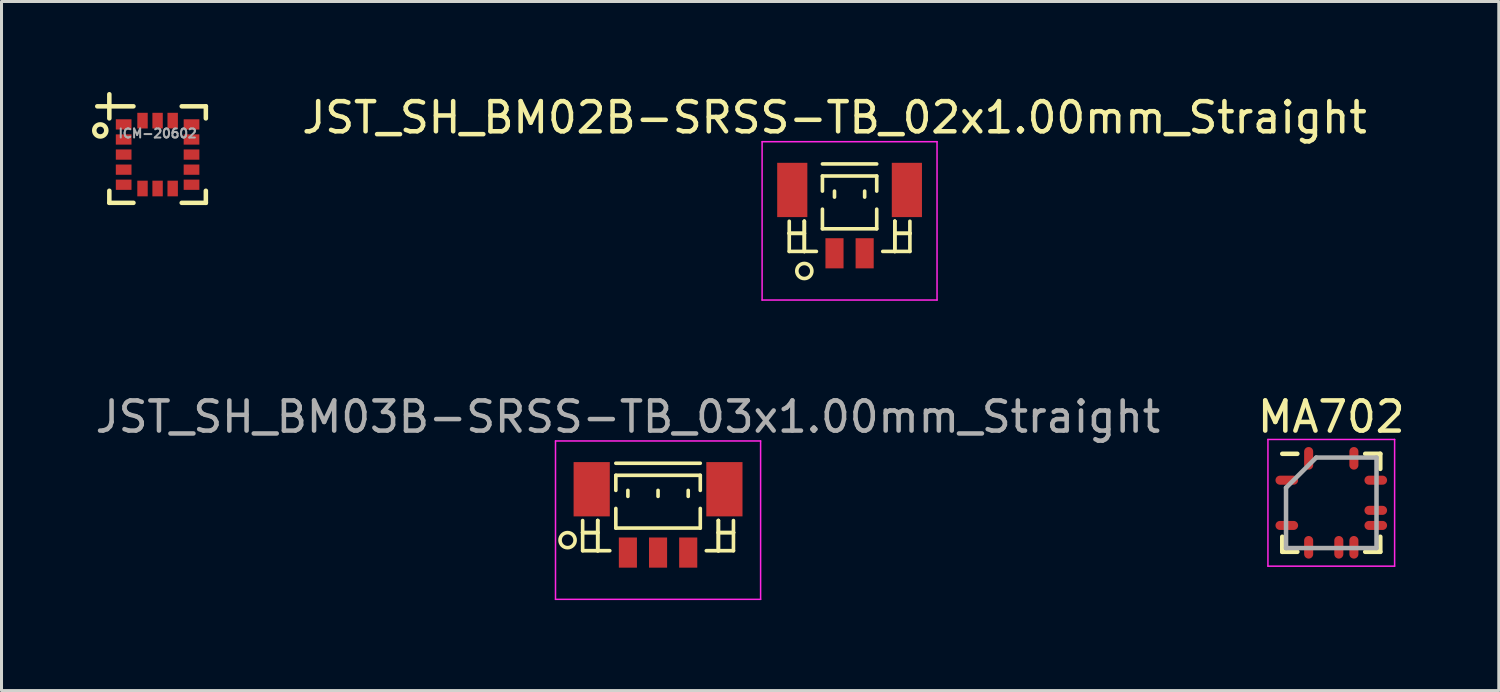
<source format=kicad_pcb>
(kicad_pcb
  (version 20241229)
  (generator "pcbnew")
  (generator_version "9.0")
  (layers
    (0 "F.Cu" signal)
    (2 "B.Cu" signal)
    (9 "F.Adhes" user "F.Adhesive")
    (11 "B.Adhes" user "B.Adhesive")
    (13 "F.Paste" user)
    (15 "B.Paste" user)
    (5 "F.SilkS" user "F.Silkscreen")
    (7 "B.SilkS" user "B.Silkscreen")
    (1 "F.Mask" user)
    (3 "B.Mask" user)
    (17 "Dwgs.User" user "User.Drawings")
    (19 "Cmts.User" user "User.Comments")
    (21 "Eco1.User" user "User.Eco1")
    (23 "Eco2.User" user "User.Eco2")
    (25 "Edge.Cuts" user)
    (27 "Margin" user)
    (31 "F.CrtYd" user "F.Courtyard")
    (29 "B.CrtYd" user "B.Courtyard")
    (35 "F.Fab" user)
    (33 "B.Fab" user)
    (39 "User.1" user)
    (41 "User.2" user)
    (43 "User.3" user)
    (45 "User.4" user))
  (footprint "MA702"
    (layer "F.Cu")
    (at 41.089 13.621)
    (property "Reference" "MA702" (at 0 -2.85 0) (layer "F.SilkS") (effects (font (size 1 1) (thickness 0.15))))
    (attr smd)
    (fp_line (start -1.625 -1.625) (end -1.125 -1.625) (stroke (width 0.15) (type solid)) (layer "F.SilkS"))
    (fp_line (start -1.625 1.625) (end -1.625 1.125) (stroke (width 0.15) (type solid)) (layer "F.SilkS"))
    (fp_line (start -1.625 1.625) (end -1.125 1.625) (stroke (width 0.15) (type solid)) (layer "F.SilkS"))
    (fp_line (start 1.625 -1.625) (end 1.125 -1.625) (stroke (width 0.15) (type solid)) (layer "F.SilkS"))
    (fp_line (start 1.625 -1.625) (end 1.625 -1.125) (stroke (width 0.15) (type solid)) (layer "F.SilkS"))
    (fp_line (start 1.625 1.625) (end 1.125 1.625) (stroke (width 0.15) (type solid)) (layer "F.SilkS"))
    (fp_line (start 1.625 1.625) (end 1.625 1.125) (stroke (width 0.15) (type solid)) (layer "F.SilkS"))
    (fp_line (start -2.1 -2.1) (end -2.1 2.1) (stroke (width 0.05) (type solid)) (layer "F.CrtYd"))
    (fp_line (start -2.1 -2.1) (end 2.1 -2.1) (stroke (width 0.05) (type solid)) (layer "F.CrtYd"))
    (fp_line (start -2.1 2.1) (end 2.1 2.1) (stroke (width 0.05) (type solid)) (layer "F.CrtYd"))
    (fp_line (start 2.1 -2.1) (end 2.1 2.1) (stroke (width 0.05) (type solid)) (layer "F.CrtYd"))
    (fp_line (start -1.5 -0.5) (end -0.5 -1.5) (stroke (width 0.15) (type solid)) (layer "F.Fab"))
    (fp_line (start -1.5 1.5) (end -1.5 -0.5) (stroke (width 0.15) (type solid)) (layer "F.Fab"))
    (fp_line (start -0.5 -1.5) (end 1.5 -1.5) (stroke (width 0.15) (type solid)) (layer "F.Fab"))
    (fp_line (start 1.5 -1.5) (end 1.5 1.5) (stroke (width 0.15) (type solid)) (layer "F.Fab"))
    (fp_line (start 1.5 1.5) (end -1.5 1.5) (stroke (width 0.15) (type solid)) (layer "F.Fab"))
    (pad "1" smd oval (at -1.475 -0.75) (size 0.75 0.3) (layers "F.Cu" "F.Mask" "F.Paste"))
    (pad "4" smd oval (at -1.475 0.75) (size 0.75 0.3) (layers "F.Cu" "F.Mask" "F.Paste"))
    (pad "5" smd oval (at -0.75 1.475 90) (size 0.75 0.3) (layers "F.Cu" "F.Mask" "F.Paste"))
    (pad "7" smd oval (at 0.25 1.475 90) (size 0.75 0.3) (layers "F.Cu" "F.Mask" "F.Paste"))
    (pad "8" smd oval (at 0.75 1.475 90) (size 0.75 0.3) (layers "F.Cu" "F.Mask" "F.Paste"))
    (pad "9" smd oval (at 1.475 0.75) (size 0.75 0.3) (layers "F.Cu" "F.Mask" "F.Paste"))
    (pad "10" smd oval (at 1.475 0.25) (size 0.75 0.3) (layers "F.Cu" "F.Mask" "F.Paste"))
    (pad "12" smd oval (at 1.475 -0.75) (size 0.75 0.3) (layers "F.Cu" "F.Mask" "F.Paste"))
    (pad "13" smd oval (at 0.75 -1.475 90) (size 0.75 0.3) (layers "F.Cu" "F.Mask" "F.Paste"))
    (pad "16" smd oval (at -0.75 -1.475 90) (size 0.75 0.3) (layers "F.Cu" "F.Mask" "F.Paste")))
  (footprint "JST_SH_BM02B-SRSS-TB_02x1.00mm_Straight"
    (layer "F.Cu")
    (at 25.118 4.348)
    (property "Reference" "JST_SH_BM02B-SRSS-TB_02x1.00mm_Straight" (at -0.5 -3.5 0) (layer "F.SilkS") (effects (font (size 1 1) (thickness 0.15))))
    (attr smd)
    (fp_line (start -2 -0.062) (end -2 0.938) (stroke (width 0.12) (type solid)) (layer "F.SilkS"))
    (fp_line (start -2 0.338) (end -2 0.338) (stroke (width 0.12) (type solid)) (layer "F.SilkS"))
    (fp_line (start -2 0.338) (end -1.5 0.338) (stroke (width 0.12) (type solid)) (layer "F.SilkS"))
    (fp_line (start -2 0.938) (end -1.1 0.938) (stroke (width 0.12) (type solid)) (layer "F.SilkS"))
    (fp_line (start -1.5 -0.062) (end -1.5 -0.062) (stroke (width 0.12) (type solid)) (layer "F.SilkS"))
    (fp_line (start -1.5 -0.062) (end -1.5 0.938) (stroke (width 0.12) (type solid)) (layer "F.SilkS"))
    (fp_line (start -1.5 0.338) (end -2 0.338) (stroke (width 0.12) (type solid)) (layer "F.SilkS"))
    (fp_line (start -1.5 0.338) (end -1.5 0.338) (stroke (width 0.12) (type solid)) (layer "F.SilkS"))
    (fp_line (start -1.5 0.938) (end -1.5 -0.062) (stroke (width 0.12) (type solid)) (layer "F.SilkS"))
    (fp_line (start -1.5 0.938) (end -1.5 0.938) (stroke (width 0.12) (type solid)) (layer "F.SilkS"))
    (fp_line (start -0.9 -1.962) (end 0.9 -1.962) (stroke (width 0.12) (type solid)) (layer "F.SilkS"))
    (fp_line (start -0.9 -1.562) (end 0.9 -1.562) (stroke (width 0.12) (type solid)) (layer "F.SilkS"))
    (fp_line (start -0.9 -1.062) (end -0.9 -1.562) (stroke (width 0.12) (type solid)) (layer "F.SilkS"))
    (fp_line (start -0.9 -0.463) (end -0.9 0.188) (stroke (width 0.12) (type solid)) (layer "F.SilkS"))
    (fp_line (start -0.9 0.188) (end 0.9 0.188) (stroke (width 0.12) (type solid)) (layer "F.SilkS"))
    (fp_line (start -0.5 -1.062) (end -0.5 -0.863) (stroke (width 0.12) (type solid)) (layer "F.SilkS"))
    (fp_line (start 0.5 -1.062) (end 0.5 -0.863) (stroke (width 0.12) (type solid)) (layer "F.SilkS"))
    (fp_line (start 0.9 -1.562) (end 0.9 -1.062) (stroke (width 0.12) (type solid)) (layer "F.SilkS"))
    (fp_line (start 0.9 0.188) (end 0.9 -0.463) (stroke (width 0.12) (type solid)) (layer "F.SilkS"))
    (fp_line (start 1.5 -0.062) (end 1.5 -0.062) (stroke (width 0.12) (type solid)) (layer "F.SilkS"))
    (fp_line (start 1.5 -0.062) (end 1.5 0.938) (stroke (width 0.12) (type solid)) (layer "F.SilkS"))
    (fp_line (start 1.5 0.338) (end 1.5 0.338) (stroke (width 0.12) (type solid)) (layer "F.SilkS"))
    (fp_line (start 1.5 0.338) (end 2 0.338) (stroke (width 0.12) (type solid)) (layer "F.SilkS"))
    (fp_line (start 1.5 0.938) (end 1.5 -0.062) (stroke (width 0.12) (type solid)) (layer "F.SilkS"))
    (fp_line (start 1.5 0.938) (end 1.5 0.938) (stroke (width 0.12) (type solid)) (layer "F.SilkS"))
    (fp_line (start 2 -0.062) (end 2 0.938) (stroke (width 0.12) (type solid)) (layer "F.SilkS"))
    (fp_line (start 2 0.338) (end 1.5 0.338) (stroke (width 0.12) (type solid)) (layer "F.SilkS"))
    (fp_line (start 2 0.338) (end 2 0.338) (stroke (width 0.12) (type solid)) (layer "F.SilkS"))
    (fp_line (start 2 0.938) (end 1.1 0.938) (stroke (width 0.12) (type solid)) (layer "F.SilkS"))
    (fp_circle (center -1.5 1.587) (end -1.25 1.587) (stroke (width 0.12) (type solid)) (fill no) (layer "F.SilkS"))
    (fp_line (start -2.9 -2.7) (end 2.9 -2.7) (stroke (width 0.05) (type solid)) (layer "F.CrtYd"))
    (fp_line (start -2.9 2.55) (end -2.9 -2.7) (stroke (width 0.05) (type solid)) (layer "F.CrtYd"))
    (fp_line (start 2.9 -2.7) (end 2.9 2.55) (stroke (width 0.05) (type solid)) (layer "F.CrtYd"))
    (fp_line (start 2.9 2.55) (end -2.9 2.55) (stroke (width 0.05) (type solid)) (layer "F.CrtYd"))
    (pad "" smd rect (at -1.9 -1.1) (size 1 1.8) (layers "F.Cu" "F.Mask" "F.Paste"))
    (pad "" smd rect (at 1.9 -1.1) (size 1 1.8) (layers "F.Cu" "F.Mask" "F.Paste"))
    (pad "1" smd rect (at -0.5 1) (size 0.6 1) (layers "F.Cu" "F.Mask" "F.Paste"))
    (pad "2" smd rect (at 0.5 1) (size 0.6 1) (layers "F.Cu" "F.Mask" "F.Paste")))
  (footprint "JST_SH_BM03B-SRSS-TB_03x1.00mm_Straight"
    (layer "F.Cu")
    (at 18.768 14.271)
    (property "Reference" "JST_SH_BM03B-SRSS-TB_03x1.00mm_Straight" (at -1 -3.5 0) (layer "F.Fab") (effects (font (size 1 1) (thickness 0.15))))
    (attr smd)
    (fp_line (start -2.5 -0.062) (end -2.5 0.938) (stroke (width 0.12) (type solid)) (layer "F.SilkS"))
    (fp_line (start -2.5 0.338) (end -2.5 0.338) (stroke (width 0.12) (type solid)) (layer "F.SilkS"))
    (fp_line (start -2.5 0.338) (end -2 0.338) (stroke (width 0.12) (type solid)) (layer "F.SilkS"))
    (fp_line (start -2.5 0.938) (end -1.6 0.938) (stroke (width 0.12) (type solid)) (layer "F.SilkS"))
    (fp_line (start -2 -0.062) (end -2 -0.062) (stroke (width 0.12) (type solid)) (layer "F.SilkS"))
    (fp_line (start -2 -0.062) (end -2 0.938) (stroke (width 0.12) (type solid)) (layer "F.SilkS"))
    (fp_line (start -2 0.338) (end -2.5 0.338) (stroke (width 0.12) (type solid)) (layer "F.SilkS"))
    (fp_line (start -2 0.338) (end -2 0.338) (stroke (width 0.12) (type solid)) (layer "F.SilkS"))
    (fp_line (start -2 0.938) (end -2 -0.062) (stroke (width 0.12) (type solid)) (layer "F.SilkS"))
    (fp_line (start -2 0.938) (end -2 0.938) (stroke (width 0.12) (type solid)) (layer "F.SilkS"))
    (fp_line (start -1.4 -1.962) (end 1.4 -1.962) (stroke (width 0.12) (type solid)) (layer "F.SilkS"))
    (fp_line (start -1.4 -1.562) (end 1.4 -1.562) (stroke (width 0.12) (type solid)) (layer "F.SilkS"))
    (fp_line (start -1.4 -1.062) (end -1.4 -1.562) (stroke (width 0.12) (type solid)) (layer "F.SilkS"))
    (fp_line (start -1.4 -0.463) (end -1.4 0.188) (stroke (width 0.12) (type solid)) (layer "F.SilkS"))
    (fp_line (start -1.4 0.188) (end 1.4 0.188) (stroke (width 0.12) (type solid)) (layer "F.SilkS"))
    (fp_line (start -1 -1.062) (end -1 -0.863) (stroke (width 0.12) (type solid)) (layer "F.SilkS"))
    (fp_line (start 0 -1.062) (end 0 -0.863) (stroke (width 0.12) (type solid)) (layer "F.SilkS"))
    (fp_line (start 1 -1.062) (end 1 -0.863) (stroke (width 0.12) (type solid)) (layer "F.SilkS"))
    (fp_line (start 1.4 -1.562) (end 1.4 -1.062) (stroke (width 0.12) (type solid)) (layer "F.SilkS"))
    (fp_line (start 1.4 0.188) (end 1.4 -0.463) (stroke (width 0.12) (type solid)) (layer "F.SilkS"))
    (fp_line (start 2 -0.062) (end 2 -0.062) (stroke (width 0.12) (type solid)) (layer "F.SilkS"))
    (fp_line (start 2 -0.062) (end 2 0.938) (stroke (width 0.12) (type solid)) (layer "F.SilkS"))
    (fp_line (start 2 0.338) (end 2 0.338) (stroke (width 0.12) (type solid)) (layer "F.SilkS"))
    (fp_line (start 2 0.338) (end 2.5 0.338) (stroke (width 0.12) (type solid)) (layer "F.SilkS"))
    (fp_line (start 2 0.938) (end 2 -0.062) (stroke (width 0.12) (type solid)) (layer "F.SilkS"))
    (fp_line (start 2 0.938) (end 2 0.938) (stroke (width 0.12) (type solid)) (layer "F.SilkS"))
    (fp_line (start 2.5 -0.062) (end 2.5 0.938) (stroke (width 0.12) (type solid)) (layer "F.SilkS"))
    (fp_line (start 2.5 0.338) (end 2 0.338) (stroke (width 0.12) (type solid)) (layer "F.SilkS"))
    (fp_line (start 2.5 0.338) (end 2.5 0.338) (stroke (width 0.12) (type solid)) (layer "F.SilkS"))
    (fp_line (start 2.5 0.938) (end 1.6 0.938) (stroke (width 0.12) (type solid)) (layer "F.SilkS"))
    (fp_circle (center -3 0.588) (end -2.75 0.588) (stroke (width 0.12) (type solid)) (fill no) (layer "F.SilkS"))
    (fp_line (start -3.4 -2.7) (end 3.4 -2.7) (stroke (width 0.05) (type solid)) (layer "F.CrtYd"))
    (fp_line (start -3.4 2.55) (end -3.4 -2.7) (stroke (width 0.05) (type solid)) (layer "F.CrtYd"))
    (fp_line (start 3.4 -2.7) (end 3.4 2.55) (stroke (width 0.05) (type solid)) (layer "F.CrtYd"))
    (fp_line (start 3.4 2.55) (end -3.4 2.55) (stroke (width 0.05) (type solid)) (layer "F.CrtYd"))
    (pad "" smd rect (at -2.2 -1.1) (size 1.2 1.8) (layers "F.Cu" "F.Mask" "F.Paste"))
    (pad "" smd rect (at 2.2 -1.1) (size 1.2 1.8) (layers "F.Cu" "F.Mask" "F.Paste"))
    (pad "1" smd rect (at -1 1) (size 0.6 1) (layers "F.Cu" "F.Mask" "F.Paste"))
    (pad "2" smd rect (at 0 1) (size 0.6 1) (layers "F.Cu" "F.Mask" "F.Paste"))
    (pad "3" smd rect (at 1 1) (size 0.6 1) (layers "F.Cu" "F.Mask" "F.Paste")))
  (footprint "ICM-20602"
    (layer "F.Cu")
    (at 2.175 2.075)
    (property "Reference" "ICM-20602" (at 0 -0.701 0) (layer "F.Fab") (effects (font (size 0.3 0.3) (thickness 0.066))))
    (attr through_hole)
    (fp_line (start -1.6 -1.6) (end -2 -1.6) (stroke (width 0.15) (type solid)) (layer "F.SilkS"))
    (fp_line (start -1.6 -1.6) (end -1.6 -2) (stroke (width 0.15) (type solid)) (layer "F.SilkS"))
    (fp_line (start -1.6 -1.6) (end -0.8 -1.6) (stroke (width 0.15) (type solid)) (layer "F.SilkS"))
    (fp_line (start -1.6 -1.2) (end -1.6 -1.6) (stroke (width 0.15) (type solid)) (layer "F.SilkS"))
    (fp_line (start -1.6 1.6) (end -1.6 1.2) (stroke (width 0.15) (type solid)) (layer "F.SilkS"))
    (fp_line (start -0.8 1.6) (end -1.6 1.6) (stroke (width 0.15) (type solid)) (layer "F.SilkS"))
    (fp_line (start 0.8 -1.6) (end 1.6 -1.6) (stroke (width 0.15) (type solid)) (layer "F.SilkS"))
    (fp_line (start 1.6 -1.6) (end 1.6 -1.2) (stroke (width 0.15) (type solid)) (layer "F.SilkS"))
    (fp_line (start 1.6 1.2) (end 1.6 1.6) (stroke (width 0.15) (type solid)) (layer "F.SilkS"))
    (fp_line (start 1.6 1.6) (end 0.8 1.6) (stroke (width 0.15) (type solid)) (layer "F.SilkS"))
    (fp_circle (center -1.9 -0.8) (end -1.7 -0.8) (stroke (width 0.15) (type solid)) (fill no) (layer "F.SilkS"))
    (pad "1" smd rect (at -1.125 -1) (size 0.52 0.34) (layers "F.Cu" "F.Mask" "F.Paste"))
    (pad "2" smd rect (at -1.125 -0.5) (size 0.52 0.34) (layers "F.Cu" "F.Mask" "F.Paste"))
    (pad "3" smd rect (at -1.125 0) (size 0.52 0.34) (layers "F.Cu" "F.Mask" "F.Paste"))
    (pad "4" smd rect (at -1.125 0.5) (size 0.52 0.34) (layers "F.Cu" "F.Mask" "F.Paste"))
    (pad "5" smd rect (at -1.125 1) (size 0.52 0.34) (layers "F.Cu" "F.Mask" "F.Paste"))
    (pad "6" smd rect (at -0.5 1.125) (size 0.345 0.52) (layers "F.Cu" "F.Mask" "F.Paste"))
    (pad "7" smd rect (at 0 1.125) (size 0.345 0.52) (layers "F.Cu" "F.Mask" "F.Paste"))
    (pad "8" smd rect (at 0.5 1.125) (size 0.345 0.52) (layers "F.Cu" "F.Mask" "F.Paste"))
    (pad "9" smd rect (at 1.125 1) (size 0.52 0.34) (layers "F.Cu" "F.Mask" "F.Paste"))
    (pad "10" smd rect (at 1.125 0.5) (size 0.52 0.34) (layers "F.Cu" "F.Mask" "F.Paste"))
    (pad "11" smd rect (at 1.125 0) (size 0.52 0.34) (layers "F.Cu" "F.Mask" "F.Paste"))
    (pad "12" smd rect (at 1.125 -0.5) (size 0.52 0.34) (layers "F.Cu" "F.Mask" "F.Paste"))
    (pad "13" smd rect (at 1.125 -1) (size 0.52 0.34) (layers "F.Cu" "F.Mask" "F.Paste"))
    (pad "14" smd rect (at 0.5 -1.125) (size 0.345 0.52) (layers "F.Cu" "F.Mask" "F.Paste"))
    (pad "15" smd rect (at 0 -1.125) (size 0.345 0.52) (layers "F.Cu" "F.Mask" "F.Paste"))
    (pad "16" smd rect (at -0.5 -1.125) (size 0.345 0.52) (layers "F.Cu" "F.Mask" "F.Paste")))
  (gr_rect
    (start -3 -3)
    (end 46.643 19.846)
    (stroke (width 0.1) (type default))
    (fill no)
    (layer "Edge.Cuts")))
</source>
